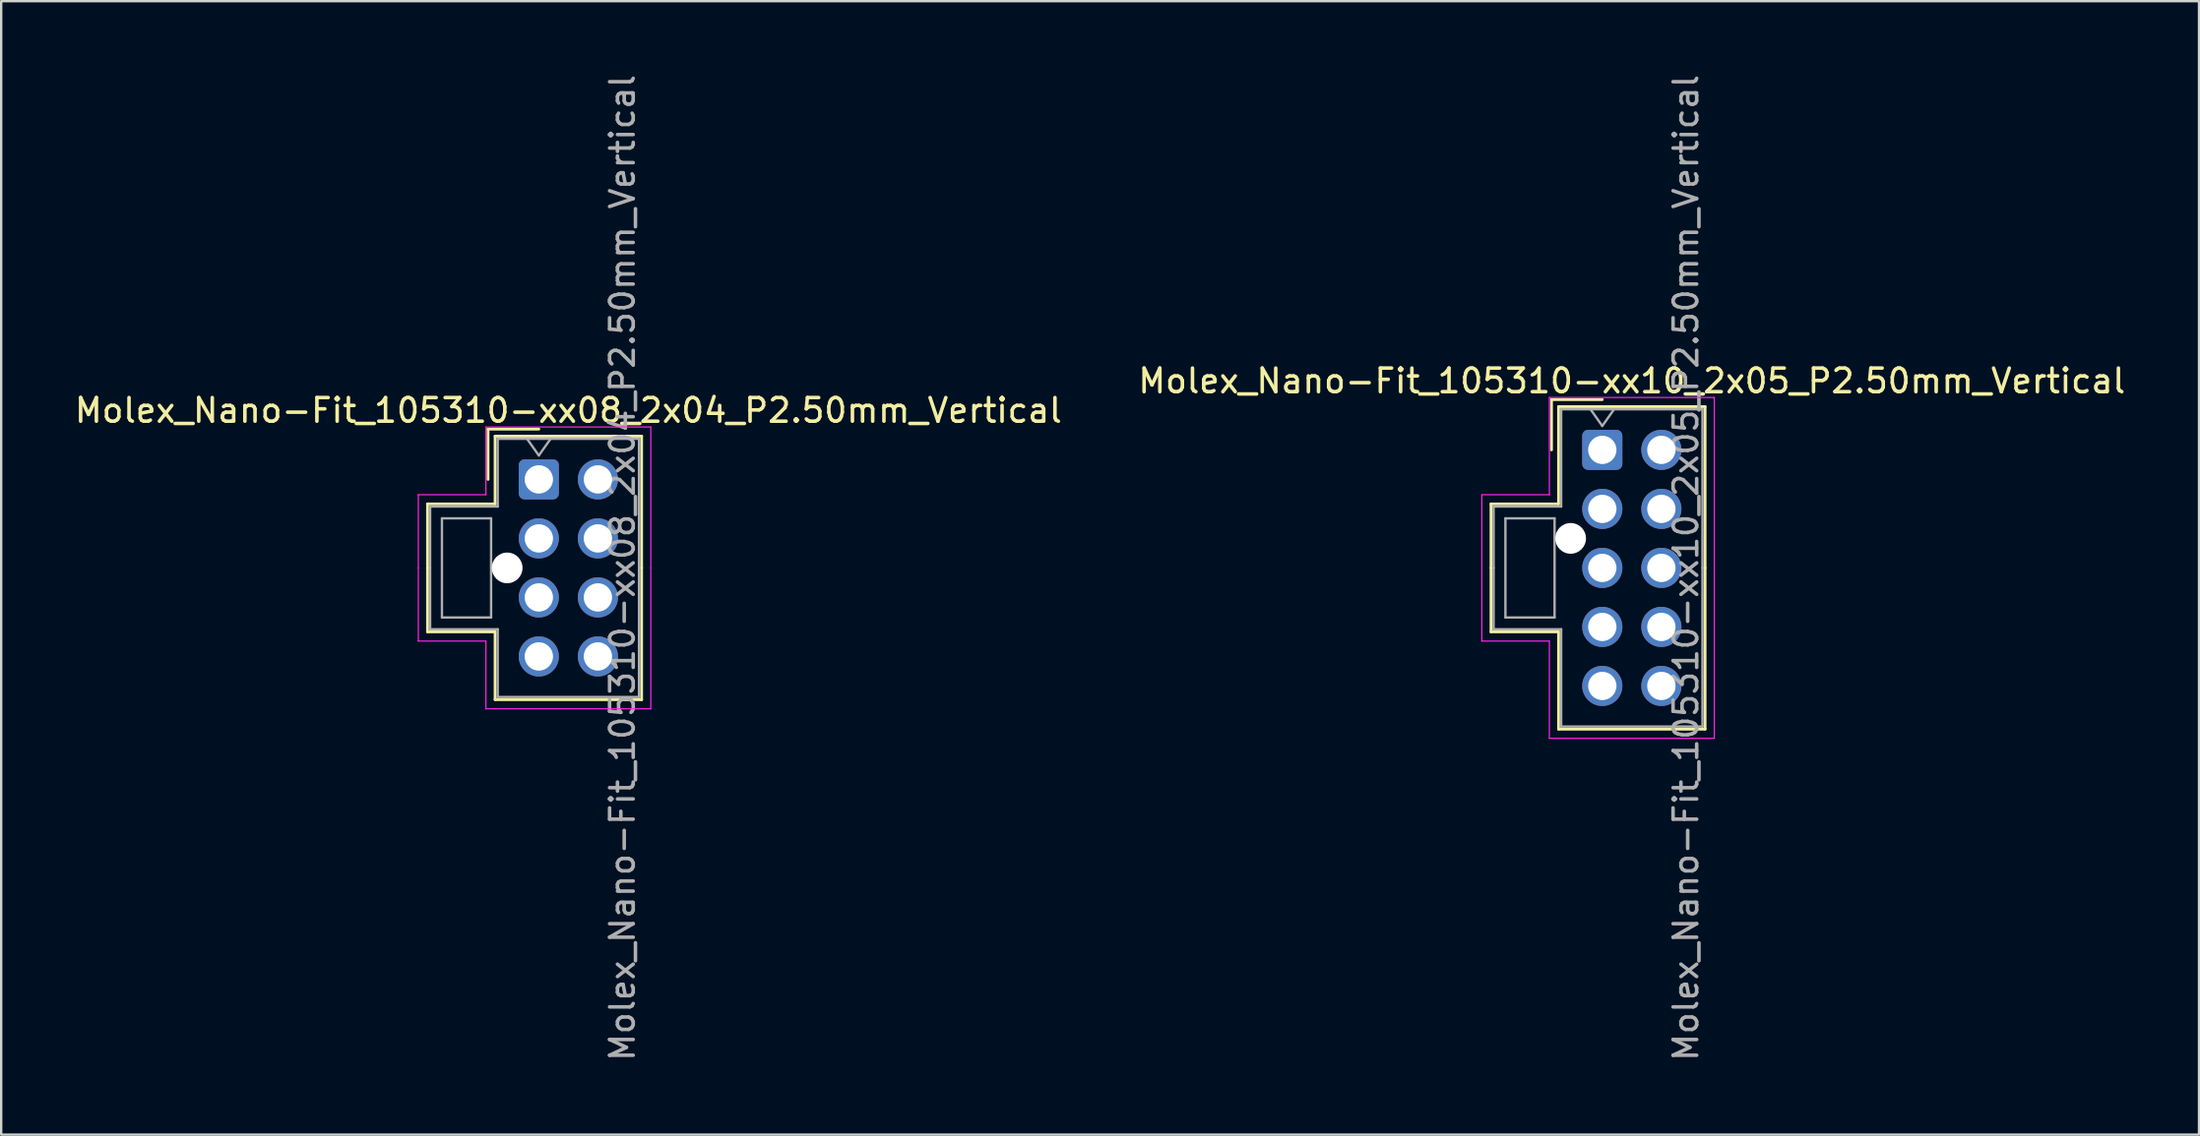
<source format=kicad_pcb>
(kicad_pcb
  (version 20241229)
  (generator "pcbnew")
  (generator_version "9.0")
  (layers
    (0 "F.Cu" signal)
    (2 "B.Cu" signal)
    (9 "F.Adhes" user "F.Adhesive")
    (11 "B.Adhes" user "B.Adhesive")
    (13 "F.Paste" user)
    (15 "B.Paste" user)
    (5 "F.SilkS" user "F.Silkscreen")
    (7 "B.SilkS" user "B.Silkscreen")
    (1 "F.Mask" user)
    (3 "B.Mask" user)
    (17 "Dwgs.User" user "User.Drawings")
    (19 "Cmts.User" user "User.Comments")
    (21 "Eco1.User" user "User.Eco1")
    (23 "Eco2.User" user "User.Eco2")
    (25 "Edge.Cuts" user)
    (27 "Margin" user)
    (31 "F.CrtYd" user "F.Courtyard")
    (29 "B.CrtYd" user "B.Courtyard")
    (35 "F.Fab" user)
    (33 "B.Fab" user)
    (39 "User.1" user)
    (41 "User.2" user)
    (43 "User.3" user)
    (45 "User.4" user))
  (footprint "Molex_Nano-Fit_105310-xx08_2x04_P2.50mm_Vertical"
    (layer "F.Cu")
    (at 19.756 17.256)
    (property "Reference" "Molex_Nano-Fit_105310-xx08_2x04_P2.50mm_Vertical" (at 1.25 -2.92 0) (layer "F.SilkS") (effects (font (size 1 1) (thickness 0.15))))
    (attr through_hole)
    (fp_line (start -4.71 1.04) (end -4.71 3.75) (stroke (width 0.12) (type solid)) (layer "F.SilkS"))
    (fp_line (start -4.71 6.46) (end -4.71 3.75) (stroke (width 0.12) (type solid)) (layer "F.SilkS"))
    (fp_line (start -2.15 -2.13) (end -2.15 0) (stroke (width 0.12) (type solid)) (layer "F.SilkS"))
    (fp_line (start -1.85 -1.83) (end -1.85 1.04) (stroke (width 0.12) (type solid)) (layer "F.SilkS"))
    (fp_line (start -1.85 1.04) (end -4.71 1.04) (stroke (width 0.12) (type solid)) (layer "F.SilkS"))
    (fp_line (start -1.85 6.46) (end -4.71 6.46) (stroke (width 0.12) (type solid)) (layer "F.SilkS"))
    (fp_line (start -1.85 9.33) (end -1.85 6.46) (stroke (width 0.12) (type solid)) (layer "F.SilkS"))
    (fp_line (start 0 -2.13) (end -2.15 -2.13) (stroke (width 0.12) (type solid)) (layer "F.SilkS"))
    (fp_line (start 4.35 -1.83) (end -1.85 -1.83) (stroke (width 0.12) (type solid)) (layer "F.SilkS"))
    (fp_line (start 4.35 3.75) (end 4.35 -1.83) (stroke (width 0.12) (type solid)) (layer "F.SilkS"))
    (fp_line (start 4.35 3.75) (end 4.35 9.33) (stroke (width 0.12) (type solid)) (layer "F.SilkS"))
    (fp_line (start 4.35 9.33) (end -1.85 9.33) (stroke (width 0.12) (type solid)) (layer "F.SilkS"))
    (fp_line (start -5.1 0.65) (end -5.1 3.75) (stroke (width 0.05) (type solid)) (layer "F.CrtYd"))
    (fp_line (start -5.1 6.85) (end -5.1 3.75) (stroke (width 0.05) (type solid)) (layer "F.CrtYd"))
    (fp_line (start -2.24 -2.22) (end -2.24 0.65) (stroke (width 0.05) (type solid)) (layer "F.CrtYd"))
    (fp_line (start -2.24 0.65) (end -5.1 0.65) (stroke (width 0.05) (type solid)) (layer "F.CrtYd"))
    (fp_line (start -2.24 6.85) (end -5.1 6.85) (stroke (width 0.05) (type solid)) (layer "F.CrtYd"))
    (fp_line (start -2.24 9.72) (end -2.24 6.85) (stroke (width 0.05) (type solid)) (layer "F.CrtYd"))
    (fp_line (start 4.74 -2.22) (end -2.24 -2.22) (stroke (width 0.05) (type solid)) (layer "F.CrtYd"))
    (fp_line (start 4.74 3.75) (end 4.74 -2.22) (stroke (width 0.05) (type solid)) (layer "F.CrtYd"))
    (fp_line (start 4.74 3.75) (end 4.74 9.72) (stroke (width 0.05) (type solid)) (layer "F.CrtYd"))
    (fp_line (start 4.74 9.72) (end -2.24 9.72) (stroke (width 0.05) (type solid)) (layer "F.CrtYd"))
    (fp_line (start -4.6 1.15) (end -4.6 3.75) (stroke (width 0.1) (type solid)) (layer "F.Fab"))
    (fp_line (start -4.6 6.35) (end -4.6 3.75) (stroke (width 0.1) (type solid)) (layer "F.Fab"))
    (fp_line (start -4.1 1.65) (end -4.1 5.85) (stroke (width 0.1) (type solid)) (layer "F.Fab"))
    (fp_line (start -4.1 5.85) (end -2.02 5.85) (stroke (width 0.1) (type solid)) (layer "F.Fab"))
    (fp_line (start -2.02 1.65) (end -4.1 1.65) (stroke (width 0.1) (type solid)) (layer "F.Fab"))
    (fp_line (start -2.02 5.85) (end -2.02 1.65) (stroke (width 0.1) (type solid)) (layer "F.Fab"))
    (fp_line (start -1.74 -1.72) (end -1.74 1.15) (stroke (width 0.1) (type solid)) (layer "F.Fab"))
    (fp_line (start -1.74 1.15) (end -4.6 1.15) (stroke (width 0.1) (type solid)) (layer "F.Fab"))
    (fp_line (start -1.74 6.35) (end -4.6 6.35) (stroke (width 0.1) (type solid)) (layer "F.Fab"))
    (fp_line (start -1.74 9.22) (end -1.74 6.35) (stroke (width 0.1) (type solid)) (layer "F.Fab"))
    (fp_line (start -0.5 -1.72) (end 0 -1.013) (stroke (width 0.1) (type solid)) (layer "F.Fab"))
    (fp_line (start 0 -1.013) (end 0.5 -1.72) (stroke (width 0.1) (type solid)) (layer "F.Fab"))
    (fp_line (start 4.24 -1.72) (end -1.74 -1.72) (stroke (width 0.1) (type solid)) (layer "F.Fab"))
    (fp_line (start 4.24 3.75) (end 4.24 -1.72) (stroke (width 0.1) (type solid)) (layer "F.Fab"))
    (fp_line (start 4.24 3.75) (end 4.24 9.22) (stroke (width 0.1) (type solid)) (layer "F.Fab"))
    (fp_line (start 4.24 9.22) (end -1.74 9.22) (stroke (width 0.1) (type solid)) (layer "F.Fab"))
    (fp_text user "${REFERENCE}" (at 3.54 3.75 90) (layer "F.Fab") (effects (font (size 1 1) (thickness 0.15))))
    (pad "" np_thru_hole circle (at -1.34 3.75) (size 1.3 1.3) (drill 1.3) (layers "*.Cu" "*.Mask"))
    (pad "1" thru_hole roundrect (at 0 0) (size 1.7 1.7) (drill 1.2) (layers "*.Cu" "*.Mask") (roundrect_rratio 0.147))
    (pad "2" thru_hole circle (at 0 2.5) (size 1.7 1.7) (drill 1.2) (layers "*.Cu" "*.Mask"))
    (pad "3" thru_hole circle (at 0 5) (size 1.7 1.7) (drill 1.2) (layers "*.Cu" "*.Mask"))
    (pad "4" thru_hole circle (at 0 7.5) (size 1.7 1.7) (drill 1.2) (layers "*.Cu" "*.Mask"))
    (pad "5" thru_hole circle (at 2.5 0) (size 1.7 1.7) (drill 1.2) (layers "*.Cu" "*.Mask"))
    (pad "6" thru_hole circle (at 2.5 2.5) (size 1.7 1.7) (drill 1.2) (layers "*.Cu" "*.Mask"))
    (pad "7" thru_hole circle (at 2.5 5) (size 1.7 1.7) (drill 1.2) (layers "*.Cu" "*.Mask"))
    (pad "8" thru_hole circle (at 2.5 7.5) (size 1.7 1.7) (drill 1.2) (layers "*.Cu" "*.Mask")))
  (footprint "Molex_Nano-Fit_105310-xx10_2x05_P2.50mm_Vertical"
    (layer "F.Cu")
    (at 64.768 16.006)
    (property "Reference" "Molex_Nano-Fit_105310-xx10_2x05_P2.50mm_Vertical" (at 1.25 -2.92 0) (layer "F.SilkS") (effects (font (size 1 1) (thickness 0.15))))
    (attr through_hole)
    (fp_line (start -4.71 2.29) (end -4.71 5) (stroke (width 0.12) (type solid)) (layer "F.SilkS"))
    (fp_line (start -4.71 7.71) (end -4.71 5) (stroke (width 0.12) (type solid)) (layer "F.SilkS"))
    (fp_line (start -2.15 -2.13) (end -2.15 0) (stroke (width 0.12) (type solid)) (layer "F.SilkS"))
    (fp_line (start -1.85 -1.83) (end -1.85 2.29) (stroke (width 0.12) (type solid)) (layer "F.SilkS"))
    (fp_line (start -1.85 2.29) (end -4.71 2.29) (stroke (width 0.12) (type solid)) (layer "F.SilkS"))
    (fp_line (start -1.85 7.71) (end -4.71 7.71) (stroke (width 0.12) (type solid)) (layer "F.SilkS"))
    (fp_line (start -1.85 11.83) (end -1.85 7.71) (stroke (width 0.12) (type solid)) (layer "F.SilkS"))
    (fp_line (start 0 -2.13) (end -2.15 -2.13) (stroke (width 0.12) (type solid)) (layer "F.SilkS"))
    (fp_line (start 4.35 -1.83) (end -1.85 -1.83) (stroke (width 0.12) (type solid)) (layer "F.SilkS"))
    (fp_line (start 4.35 5) (end 4.35 -1.83) (stroke (width 0.12) (type solid)) (layer "F.SilkS"))
    (fp_line (start 4.35 5) (end 4.35 11.83) (stroke (width 0.12) (type solid)) (layer "F.SilkS"))
    (fp_line (start 4.35 11.83) (end -1.85 11.83) (stroke (width 0.12) (type solid)) (layer "F.SilkS"))
    (fp_line (start -5.1 1.9) (end -5.1 5) (stroke (width 0.05) (type solid)) (layer "F.CrtYd"))
    (fp_line (start -5.1 8.1) (end -5.1 5) (stroke (width 0.05) (type solid)) (layer "F.CrtYd"))
    (fp_line (start -2.24 -2.22) (end -2.24 1.9) (stroke (width 0.05) (type solid)) (layer "F.CrtYd"))
    (fp_line (start -2.24 1.9) (end -5.1 1.9) (stroke (width 0.05) (type solid)) (layer "F.CrtYd"))
    (fp_line (start -2.24 8.1) (end -5.1 8.1) (stroke (width 0.05) (type solid)) (layer "F.CrtYd"))
    (fp_line (start -2.24 12.22) (end -2.24 8.1) (stroke (width 0.05) (type solid)) (layer "F.CrtYd"))
    (fp_line (start 4.74 -2.22) (end -2.24 -2.22) (stroke (width 0.05) (type solid)) (layer "F.CrtYd"))
    (fp_line (start 4.74 5) (end 4.74 -2.22) (stroke (width 0.05) (type solid)) (layer "F.CrtYd"))
    (fp_line (start 4.74 5) (end 4.74 12.22) (stroke (width 0.05) (type solid)) (layer "F.CrtYd"))
    (fp_line (start 4.74 12.22) (end -2.24 12.22) (stroke (width 0.05) (type solid)) (layer "F.CrtYd"))
    (fp_line (start -4.6 2.4) (end -4.6 5) (stroke (width 0.1) (type solid)) (layer "F.Fab"))
    (fp_line (start -4.6 7.6) (end -4.6 5) (stroke (width 0.1) (type solid)) (layer "F.Fab"))
    (fp_line (start -4.1 2.9) (end -4.1 7.1) (stroke (width 0.1) (type solid)) (layer "F.Fab"))
    (fp_line (start -4.1 7.1) (end -2.02 7.1) (stroke (width 0.1) (type solid)) (layer "F.Fab"))
    (fp_line (start -2.02 2.9) (end -4.1 2.9) (stroke (width 0.1) (type solid)) (layer "F.Fab"))
    (fp_line (start -2.02 7.1) (end -2.02 2.9) (stroke (width 0.1) (type solid)) (layer "F.Fab"))
    (fp_line (start -1.74 -1.72) (end -1.74 2.4) (stroke (width 0.1) (type solid)) (layer "F.Fab"))
    (fp_line (start -1.74 2.4) (end -4.6 2.4) (stroke (width 0.1) (type solid)) (layer "F.Fab"))
    (fp_line (start -1.74 7.6) (end -4.6 7.6) (stroke (width 0.1) (type solid)) (layer "F.Fab"))
    (fp_line (start -1.74 11.72) (end -1.74 7.6) (stroke (width 0.1) (type solid)) (layer "F.Fab"))
    (fp_line (start -0.5 -1.72) (end 0 -1.013) (stroke (width 0.1) (type solid)) (layer "F.Fab"))
    (fp_line (start 0 -1.013) (end 0.5 -1.72) (stroke (width 0.1) (type solid)) (layer "F.Fab"))
    (fp_line (start 4.24 -1.72) (end -1.74 -1.72) (stroke (width 0.1) (type solid)) (layer "F.Fab"))
    (fp_line (start 4.24 5) (end 4.24 -1.72) (stroke (width 0.1) (type solid)) (layer "F.Fab"))
    (fp_line (start 4.24 5) (end 4.24 11.72) (stroke (width 0.1) (type solid)) (layer "F.Fab"))
    (fp_line (start 4.24 11.72) (end -1.74 11.72) (stroke (width 0.1) (type solid)) (layer "F.Fab"))
    (fp_text user "${REFERENCE}" (at 3.54 5 90) (layer "F.Fab") (effects (font (size 1 1) (thickness 0.15))))
    (pad "" np_thru_hole circle (at -1.34 3.75) (size 1.3 1.3) (drill 1.3) (layers "*.Cu" "*.Mask"))
    (pad "1" thru_hole roundrect (at 0 0) (size 1.7 1.7) (drill 1.2) (layers "*.Cu" "*.Mask") (roundrect_rratio 0.147))
    (pad "2" thru_hole circle (at 0 2.5) (size 1.7 1.7) (drill 1.2) (layers "*.Cu" "*.Mask"))
    (pad "3" thru_hole circle (at 0 5) (size 1.7 1.7) (drill 1.2) (layers "*.Cu" "*.Mask"))
    (pad "4" thru_hole circle (at 0 7.5) (size 1.7 1.7) (drill 1.2) (layers "*.Cu" "*.Mask"))
    (pad "5" thru_hole circle (at 0 10) (size 1.7 1.7) (drill 1.2) (layers "*.Cu" "*.Mask"))
    (pad "6" thru_hole circle (at 2.5 0) (size 1.7 1.7) (drill 1.2) (layers "*.Cu" "*.Mask"))
    (pad "7" thru_hole circle (at 2.5 2.5) (size 1.7 1.7) (drill 1.2) (layers "*.Cu" "*.Mask"))
    (pad "8" thru_hole circle (at 2.5 5) (size 1.7 1.7) (drill 1.2) (layers "*.Cu" "*.Mask"))
    (pad "9" thru_hole circle (at 2.5 7.5) (size 1.7 1.7) (drill 1.2) (layers "*.Cu" "*.Mask"))
    (pad "10" thru_hole circle (at 2.5 10) (size 1.7 1.7) (drill 1.2) (layers "*.Cu" "*.Mask")))
  (gr_rect
    (start -3 -3)
    (end 90.024 45.012)
    (stroke (width 0.1) (type default))
    (fill no)
    (layer "Edge.Cuts")))
</source>
